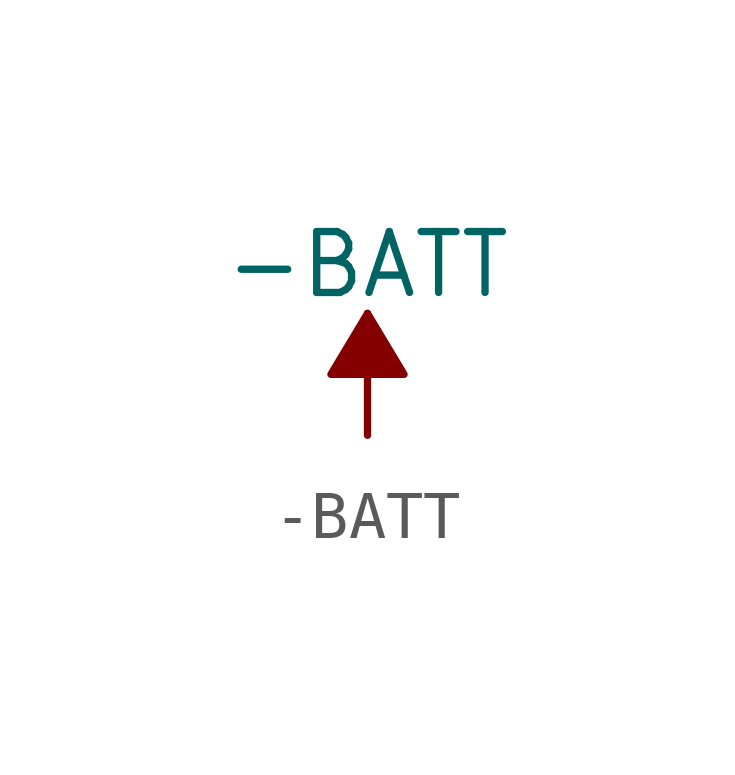
<source format=kicad_sym>
(kicad_symbol_lib
  (version 20211014)
  (generator kicad_symbol_editor)
  (symbol "-BATT"
    (power)
    (pin_names
      (offset 0))
    (property "Reference" "#PWR"
      (at 0 -3.81 0)
      (effects (font (size 1.27 1.27)) hide))
    (property "Value" "-BATT"
      (at 0 3.556 0)
      (effects (font (size 1.27 1.27))))
    (symbol "-BATT_0_1"
      (polyline (pts (xy 0 0) (xy 0 2.54)) (stroke (width 0) (type default) (color 0 0 0 0)) (fill (type none)))
      (polyline (pts (xy 0.762 1.27) (xy -0.762 1.27) (xy 0 2.54) (xy 0.762 1.27)) (stroke (width 0) (type default) (color 0 0 0 0)) (fill (type outline))))
    (symbol "-BATT_1_1"
      (pin power_in line (at 0 0 90) (length 0) hide (name "-BATT" (effects (font (size 1.27 1.27)))) (number "1" (effects (font (size 1.27 1.27))))))))
</source>
